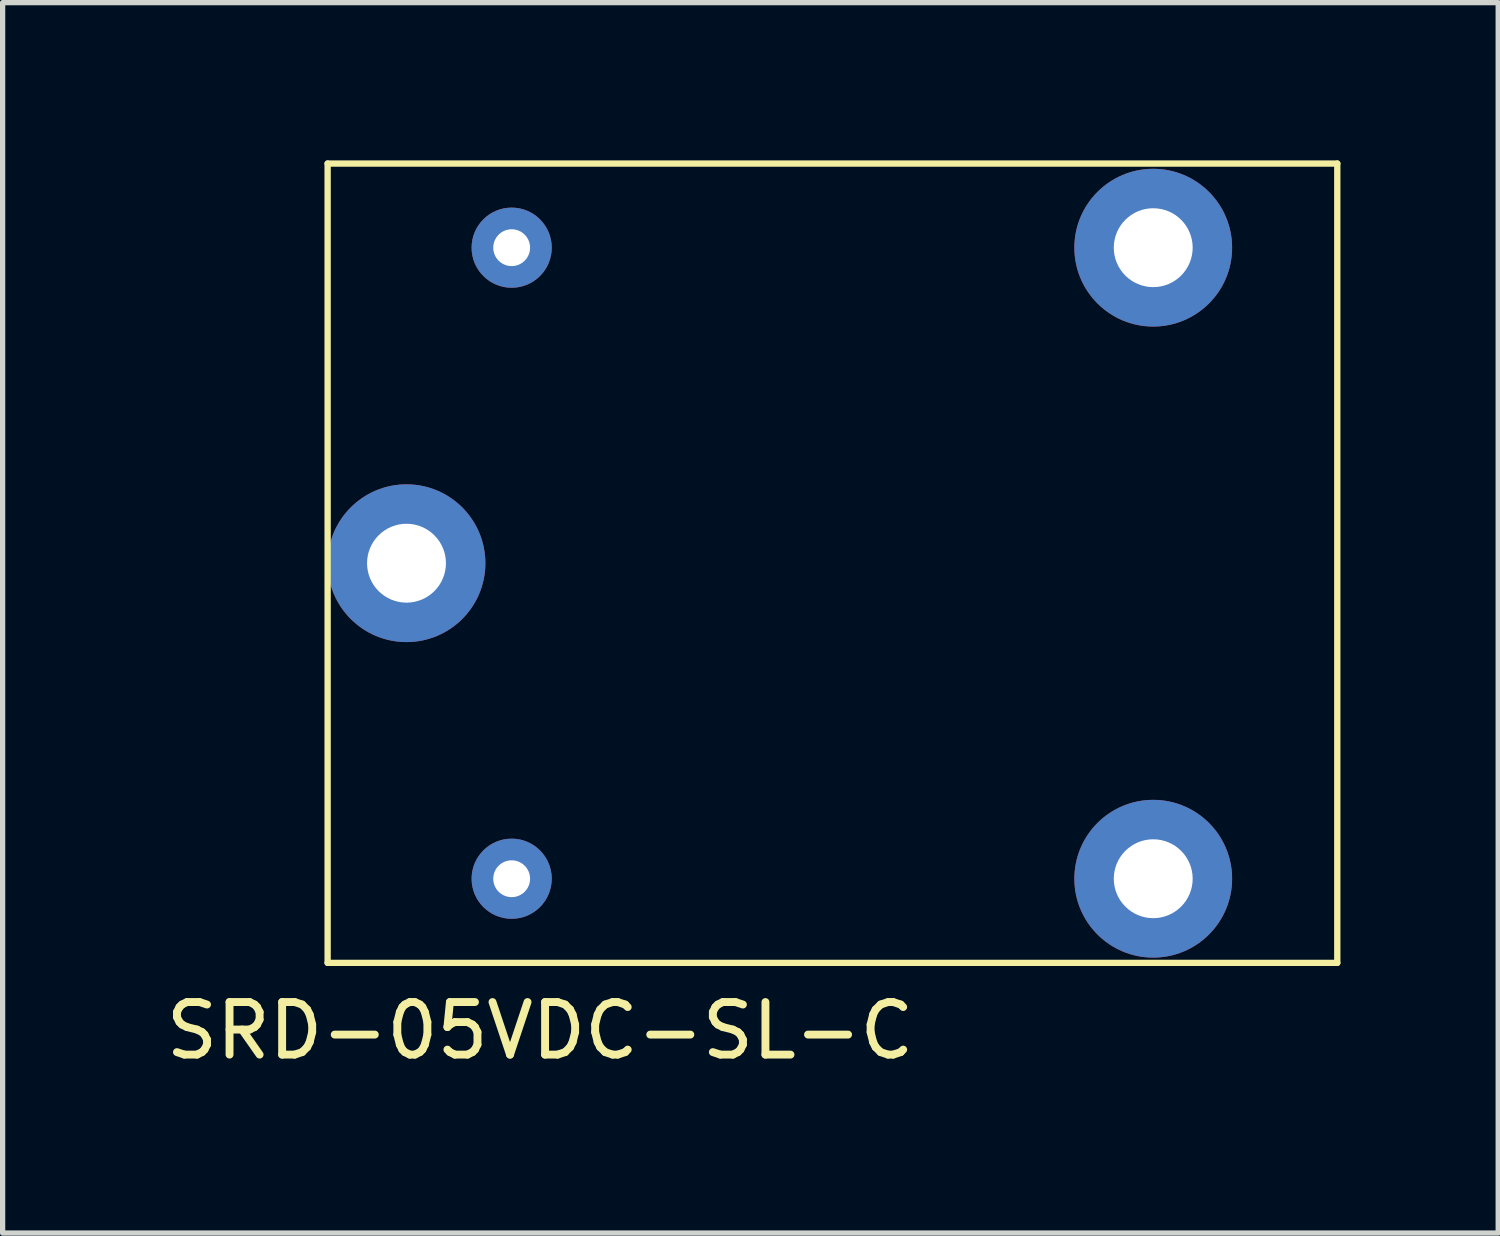
<source format=kicad_pcb>
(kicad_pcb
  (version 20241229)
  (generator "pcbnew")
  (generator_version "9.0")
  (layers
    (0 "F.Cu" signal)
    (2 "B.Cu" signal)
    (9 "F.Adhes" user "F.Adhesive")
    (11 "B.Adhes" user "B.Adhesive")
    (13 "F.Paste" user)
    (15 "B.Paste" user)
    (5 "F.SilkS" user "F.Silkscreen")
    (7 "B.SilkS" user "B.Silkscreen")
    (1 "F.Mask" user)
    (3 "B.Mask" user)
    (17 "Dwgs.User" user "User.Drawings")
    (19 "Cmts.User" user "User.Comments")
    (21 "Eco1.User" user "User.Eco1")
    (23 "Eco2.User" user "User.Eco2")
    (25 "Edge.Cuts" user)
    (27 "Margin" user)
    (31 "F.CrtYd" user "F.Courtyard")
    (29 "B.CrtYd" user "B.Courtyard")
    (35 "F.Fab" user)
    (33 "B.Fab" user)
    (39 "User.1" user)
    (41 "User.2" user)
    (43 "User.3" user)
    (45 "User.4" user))
  (footprint "SRD-05VDC-SL-C"
    (layer "F.Cu")
    (at 4.68 7.66)
    (property "Reference" "SRD-05VDC-SL-C" (at 2.54 8.89 0) (layer "F.SilkS") (effects (font (size 1 1) (thickness 0.15))))
    (attr through_hole)
    (fp_line (start -1.5 -7.6) (end 17.7 -7.6) (stroke (width 0.12) (type solid)) (layer "F.SilkS"))
    (fp_line (start -1.5 7.6) (end -1.5 -7.6) (stroke (width 0.12) (type solid)) (layer "F.SilkS"))
    (fp_line (start 17.7 -7.6) (end 17.7 7.6) (stroke (width 0.12) (type solid)) (layer "F.SilkS"))
    (fp_line (start 17.7 7.6) (end -1.5 7.6) (stroke (width 0.12) (type solid)) (layer "F.SilkS"))
    (pad "1" thru_hole circle (at 2 6) (size 1.524 1.524) (drill 0.7) (layers "*.Cu" "*.Mask"))
    (pad "2" thru_hole circle (at 2 -6) (size 1.524 1.524) (drill 0.7) (layers "*.Cu" "*.Mask"))
    (pad "3" thru_hole circle (at 14.2 -6) (size 3 3) (drill 1.5) (layers "*.Cu" "*.Mask"))
    (pad "4" thru_hole circle (at 0 0) (size 3 3) (drill 1.5) (layers "*.Cu" "*.Mask"))
    (pad "5" thru_hole circle (at 14.2 6 4) (size 3 3) (drill 1.5) (layers "*.Cu" "*.Mask")))
  (gr_rect
    (start -3 -3)
    (end 25.44 20.398)
    (stroke (width 0.1) (type default))
    (fill no)
    (layer "Edge.Cuts")))
</source>
